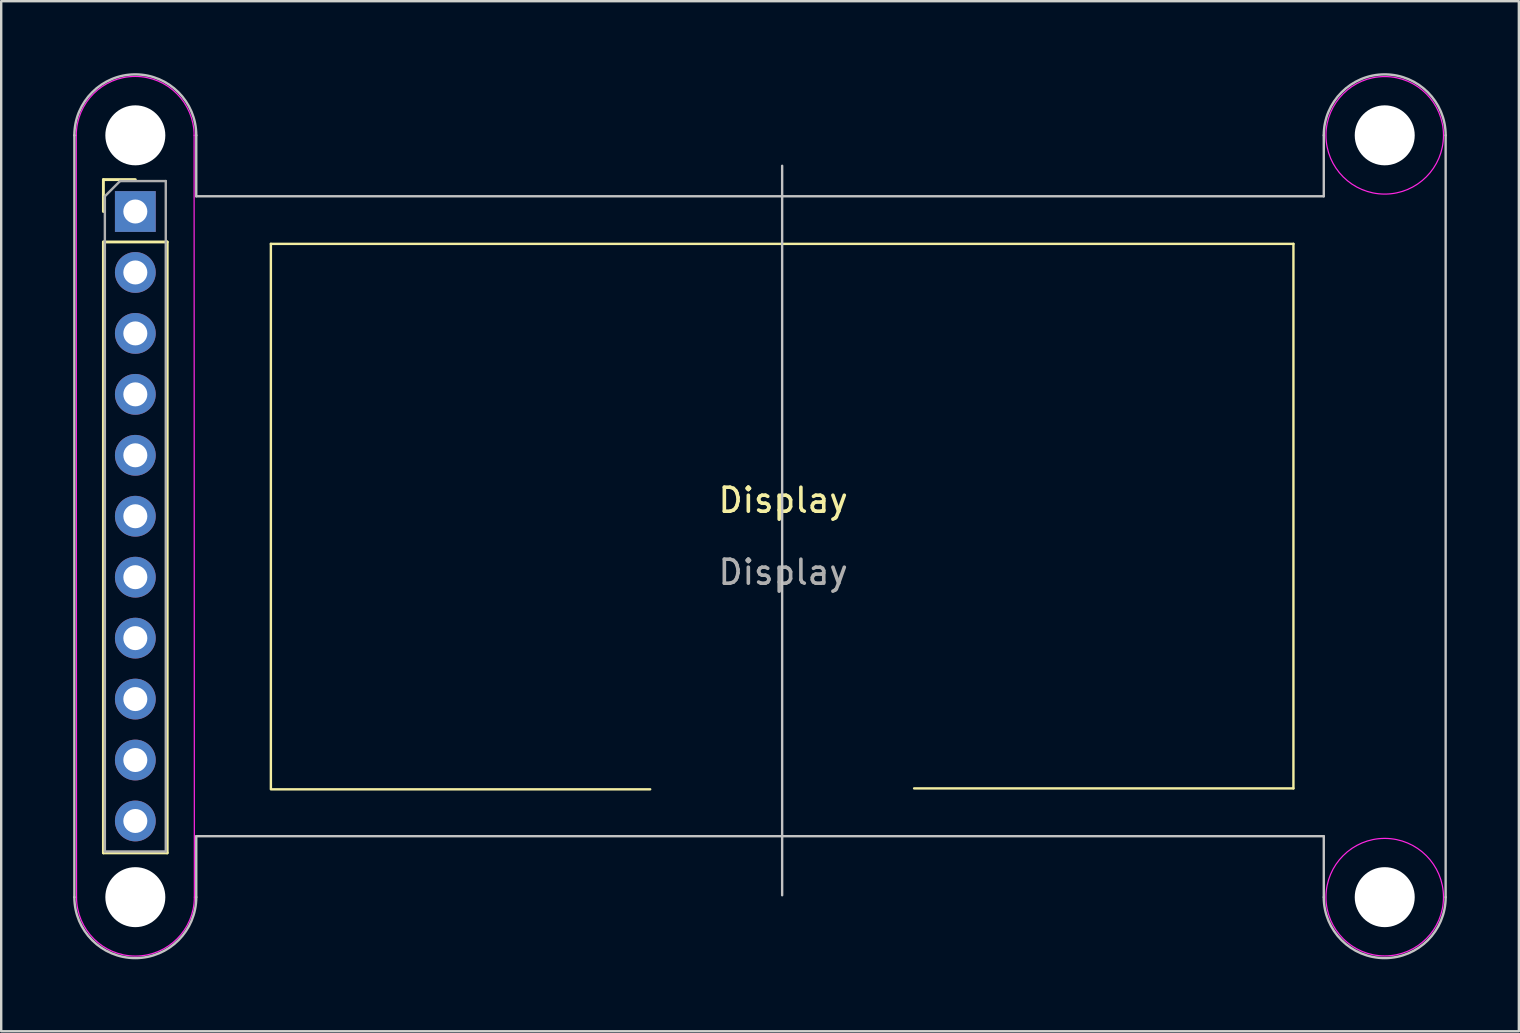
<source format=kicad_pcb>
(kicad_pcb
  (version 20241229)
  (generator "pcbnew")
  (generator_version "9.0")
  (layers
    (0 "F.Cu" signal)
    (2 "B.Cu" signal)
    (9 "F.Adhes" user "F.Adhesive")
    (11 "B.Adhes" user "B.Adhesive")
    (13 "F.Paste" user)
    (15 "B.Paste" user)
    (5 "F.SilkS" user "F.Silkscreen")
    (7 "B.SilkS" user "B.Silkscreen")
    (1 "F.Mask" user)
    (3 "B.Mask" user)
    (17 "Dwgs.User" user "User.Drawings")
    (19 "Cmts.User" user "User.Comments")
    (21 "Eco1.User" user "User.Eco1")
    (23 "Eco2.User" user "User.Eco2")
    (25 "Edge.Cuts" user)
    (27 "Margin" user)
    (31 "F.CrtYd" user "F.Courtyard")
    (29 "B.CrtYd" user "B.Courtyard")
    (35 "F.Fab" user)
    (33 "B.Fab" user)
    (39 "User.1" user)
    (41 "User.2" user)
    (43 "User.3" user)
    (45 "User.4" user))
  (footprint "Display"
    (layer "F.Cu")
    (at 29.547 18.465)
    (property "Reference" "Display" (at 0.043 -0.665 0) (unlocked yes) (layer "F.SilkS") (effects (font (size 1 1) (thickness 0.15))))
    (attr through_hole)
    (fp_line (start -28.288 -14.03) (end -26.957 -14.03) (stroke (width 0.12) (type solid)) (layer "F.SilkS"))
    (fp_line (start -28.288 -12.7) (end -28.288 -14.03) (stroke (width 0.12) (type solid)) (layer "F.SilkS"))
    (fp_line (start -28.288 -11.43) (end -28.288 14.03) (stroke (width 0.12) (type solid)) (layer "F.SilkS"))
    (fp_line (start -28.288 -11.43) (end -25.628 -11.43) (stroke (width 0.12) (type solid)) (layer "F.SilkS"))
    (fp_line (start -28.288 14.03) (end -25.628 14.03) (stroke (width 0.12) (type solid)) (layer "F.SilkS"))
    (fp_line (start -25.628 -11.43) (end -25.628 14.03) (stroke (width 0.12) (type solid)) (layer "F.SilkS"))
    (fp_line (start -21.308 -11.352) (end -21.308 11.342) (stroke (width 0.1) (type default)) (layer "F.SilkS"))
    (fp_line (start -21.308 -11.352) (end 21.308 -11.352) (stroke (width 0.1) (type default)) (layer "F.SilkS"))
    (fp_line (start -5.5 11.38) (end -21.308 11.38) (stroke (width 0.1) (type default)) (layer "F.SilkS"))
    (fp_line (start 21.308 -11.352) (end 21.308 11.342) (stroke (width 0.1) (type default)) (layer "F.SilkS"))
    (fp_line (start 21.308 11.342) (end 5.5 11.342) (stroke (width 0.1) (type default)) (layer "F.SilkS"))
    (fp_line (start -29.497 -15.875) (end -29.497 15.875) (stroke (width 0.1) (type solid)) (layer "Dwgs.User"))
    (fp_line (start -24.418 -15.875) (end -24.418 -13.335) (stroke (width 0.1) (type solid)) (layer "Dwgs.User"))
    (fp_line (start -24.418 -13.335) (end 22.573 -13.335) (stroke (width 0.1) (type solid)) (layer "Dwgs.User"))
    (fp_line (start -24.418 13.335) (end -24.418 15.875) (stroke (width 0.1) (type solid)) (layer "Dwgs.User"))
    (fp_line (start -24.418 13.335) (end 22.573 13.335) (stroke (width 0.1) (type solid)) (layer "Dwgs.User"))
    (fp_line (start 0 15.795) (end 0 -14.605) (stroke (width 0.1) (type solid)) (layer "Dwgs.User"))
    (fp_line (start 22.573 -15.875) (end 22.573 -13.335) (stroke (width 0.1) (type solid)) (layer "Dwgs.User"))
    (fp_line (start 22.573 13.335) (end 22.573 15.875) (stroke (width 0.1) (type solid)) (layer "Dwgs.User"))
    (fp_line (start 27.652 15.875) (end 27.652 -15.875) (stroke (width 0.1) (type solid)) (layer "Dwgs.User"))
    (fp_arc (start -29.4975 -15.875) (mid -26.9575 -18.415) (end -24.4175 -15.875) (stroke (width 0.1) (type solid)) (layer "Dwgs.User"))
    (fp_arc (start -24.4175 15.875) (mid -26.9575 18.415) (end -29.4975 15.875) (stroke (width 0.1) (type solid)) (layer "Dwgs.User"))
    (fp_arc (start 22.5725 -15.875) (mid 25.1125 -18.415) (end 27.6525 -15.875) (stroke (width 0.1) (type solid)) (layer "Dwgs.User"))
    (fp_arc (start 27.6525 15.875) (mid 25.1125 18.415) (end 22.5725 15.875) (stroke (width 0.1) (type solid)) (layer "Dwgs.User"))
    (fp_line (start -29.418 -15.875) (end -29.407 15.875) (stroke (width 0.05) (type default)) (layer "F.CrtYd"))
    (fp_line (start -24.508 -15.875) (end -24.497 15.875) (stroke (width 0.05) (type solid)) (layer "F.CrtYd"))
    (fp_arc (start -29.4175 -15.875) (mid -26.9625 -18.33) (end -24.5075 -15.875) (stroke (width 0.05) (type solid)) (layer "F.CrtYd"))
    (fp_arc (start -24.4975 15.875) (mid -26.9525 18.33) (end -29.4075 15.875) (stroke (width 0.05) (type solid)) (layer "F.CrtYd"))
    (fp_circle (center 25.113 -15.875) (end 27.562 -15.875) (stroke (width 0.05) (type solid)) (fill no) (layer "F.CrtYd"))
    (fp_circle (center 25.113 15.875) (end 27.562 15.875) (stroke (width 0.05) (type solid)) (fill no) (layer "F.CrtYd"))
    (fp_line (start -28.227 -13.335) (end -27.593 -13.97) (stroke (width 0.1) (type solid)) (layer "F.Fab"))
    (fp_line (start -28.227 13.97) (end -28.227 -13.335) (stroke (width 0.1) (type solid)) (layer "F.Fab"))
    (fp_line (start -27.593 -13.97) (end -25.688 -13.97) (stroke (width 0.1) (type solid)) (layer "F.Fab"))
    (fp_line (start -25.688 -13.97) (end -25.688 13.97) (stroke (width 0.1) (type solid)) (layer "F.Fab"))
    (fp_line (start -25.688 13.97) (end -28.227 13.97) (stroke (width 0.1) (type solid)) (layer "F.Fab"))
    (fp_text user "${REFERENCE}" (at 0.043 2.335 0) (unlocked yes) (layer "F.Fab") (effects (font (size 1 1) (thickness 0.15))))
    (pad "" np_thru_hole circle (at -26.957 -15.875 180) (size 2.5 2.5) (drill 2.5) (layers "*.Cu" "*.Mask"))
    (pad "" np_thru_hole circle (at -26.957 15.875) (size 2.5 2.5) (drill 2.5) (layers "*.Cu" "*.Mask"))
    (pad "" np_thru_hole circle (at 25.113 -15.875) (size 2.5 2.5) (drill 2.5) (layers "*.Cu" "*.Mask"))
    (pad "" np_thru_hole circle (at 25.113 15.875) (size 2.5 2.5) (drill 2.5) (layers "*.Cu" "*.Mask"))
    (pad "1" thru_hole rect (at -26.957 -12.7) (size 1.7 1.7) (drill 1) (layers "*.Cu" "*.Mask"))
    (pad "2" thru_hole oval (at -26.957 -10.16) (size 1.7 1.7) (drill 1) (layers "*.Cu" "*.Mask"))
    (pad "3" thru_hole oval (at -26.957 -7.62) (size 1.7 1.7) (drill 1) (layers "*.Cu" "*.Mask"))
    (pad "4" thru_hole oval (at -26.957 -5.08) (size 1.7 1.7) (drill 1) (layers "*.Cu" "*.Mask"))
    (pad "5" thru_hole oval (at -26.957 -2.54) (size 1.7 1.7) (drill 1) (layers "*.Cu" "*.Mask"))
    (pad "6" thru_hole oval (at -26.957 0) (size 1.7 1.7) (drill 1) (layers "*.Cu" "*.Mask"))
    (pad "7" thru_hole oval (at -26.957 2.54) (size 1.7 1.7) (drill 1) (layers "*.Cu" "*.Mask"))
    (pad "8" thru_hole oval (at -26.957 5.08) (size 1.7 1.7) (drill 1) (layers "*.Cu" "*.Mask"))
    (pad "9" thru_hole oval (at -26.957 7.62) (size 1.7 1.7) (drill 1) (layers "*.Cu" "*.Mask"))
    (pad "10" thru_hole oval (at -26.957 10.16) (size 1.7 1.7) (drill 1) (layers "*.Cu" "*.Mask"))
    (pad "11" thru_hole oval (at -26.957 12.7) (size 1.7 1.7) (drill 1) (layers "*.Cu" "*.Mask")))
  (gr_rect
    (start -3 -3)
    (end 60.25 39.93)
    (stroke (width 0.1) (type default))
    (fill no)
    (layer "Edge.Cuts")))
</source>
